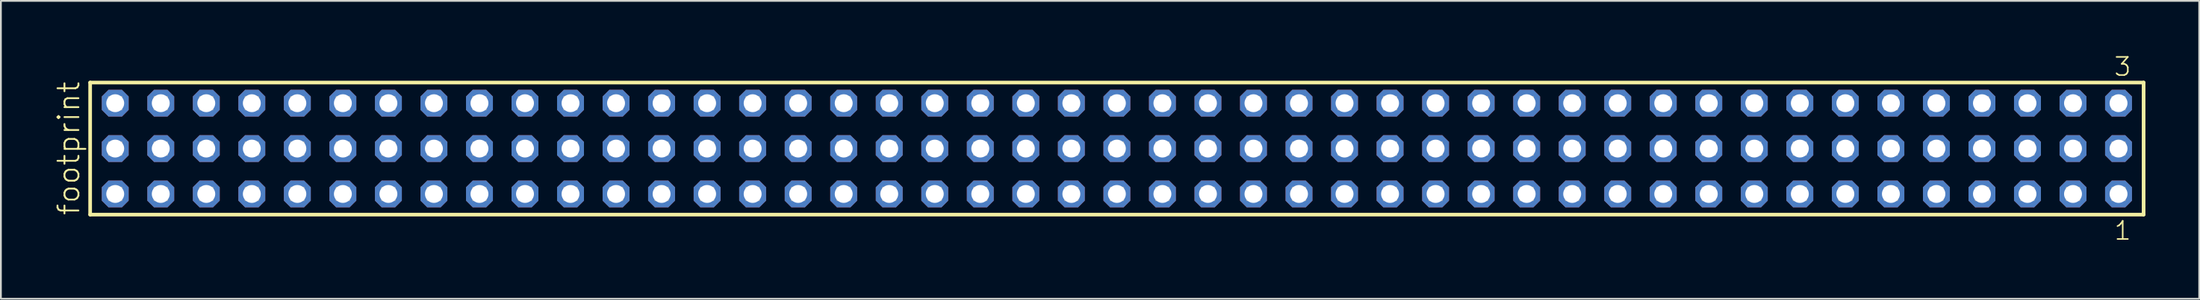
<source format=kicad_pcb>
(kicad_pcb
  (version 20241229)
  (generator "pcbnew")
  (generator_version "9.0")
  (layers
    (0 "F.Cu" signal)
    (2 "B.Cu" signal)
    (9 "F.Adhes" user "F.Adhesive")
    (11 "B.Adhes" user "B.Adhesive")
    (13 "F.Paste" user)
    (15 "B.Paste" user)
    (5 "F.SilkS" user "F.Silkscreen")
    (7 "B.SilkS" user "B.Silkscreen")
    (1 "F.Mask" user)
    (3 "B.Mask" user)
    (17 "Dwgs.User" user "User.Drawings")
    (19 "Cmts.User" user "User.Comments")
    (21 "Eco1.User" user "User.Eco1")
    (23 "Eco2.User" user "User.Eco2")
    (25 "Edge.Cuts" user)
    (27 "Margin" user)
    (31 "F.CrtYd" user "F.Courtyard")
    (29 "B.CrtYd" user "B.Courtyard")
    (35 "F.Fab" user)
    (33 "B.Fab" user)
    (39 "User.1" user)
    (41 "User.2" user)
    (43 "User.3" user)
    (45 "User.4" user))
  (footprint "footprint"
    (layer "F.Cu")
    (at 59.258 5.265)
    (property "Reference" "footprint" (at -57.785 3.81 90) (layer "F.SilkS") (effects (font (size 1.168 1.168) (thickness 0.102)) (justify left bottom)))
    (fp_line (start -57.279 -3.695) (end 57.279 -3.695) (stroke (width 0.203) (type solid)) (layer "F.SilkS"))
    (fp_line (start -57.279 3.695) (end -57.279 -3.695) (stroke (width 0.203) (type solid)) (layer "F.SilkS"))
    (fp_line (start 57.279 -3.695) (end 57.279 3.695) (stroke (width 0.203) (type solid)) (layer "F.SilkS"))
    (fp_line (start 57.279 3.695) (end -57.279 3.695) (stroke (width 0.203) (type solid)) (layer "F.SilkS"))
    (fp_poly (pts (xy -56.23 -2.19) (xy -55.53 -2.19) (xy -55.53 -2.89) (xy -56.23 -2.89)) (stroke (width 0.1) (type solid)) (fill no) (layer "F.Fab"))
    (fp_poly (pts (xy -56.23 0.35) (xy -55.53 0.35) (xy -55.53 -0.35) (xy -56.23 -0.35)) (stroke (width 0.1) (type solid)) (fill no) (layer "F.Fab"))
    (fp_poly (pts (xy -56.23 2.89) (xy -55.53 2.89) (xy -55.53 2.19) (xy -56.23 2.19)) (stroke (width 0.1) (type solid)) (fill no) (layer "F.Fab"))
    (fp_poly (pts (xy -53.69 -2.19) (xy -52.99 -2.19) (xy -52.99 -2.89) (xy -53.69 -2.89)) (stroke (width 0.1) (type solid)) (fill no) (layer "F.Fab"))
    (fp_poly (pts (xy -53.69 0.35) (xy -52.99 0.35) (xy -52.99 -0.35) (xy -53.69 -0.35)) (stroke (width 0.1) (type solid)) (fill no) (layer "F.Fab"))
    (fp_poly (pts (xy -53.69 2.89) (xy -52.99 2.89) (xy -52.99 2.19) (xy -53.69 2.19)) (stroke (width 0.1) (type solid)) (fill no) (layer "F.Fab"))
    (fp_poly (pts (xy -51.15 -2.19) (xy -50.45 -2.19) (xy -50.45 -2.89) (xy -51.15 -2.89)) (stroke (width 0.1) (type solid)) (fill no) (layer "F.Fab"))
    (fp_poly (pts (xy -51.15 0.35) (xy -50.45 0.35) (xy -50.45 -0.35) (xy -51.15 -0.35)) (stroke (width 0.1) (type solid)) (fill no) (layer "F.Fab"))
    (fp_poly (pts (xy -51.15 2.89) (xy -50.45 2.89) (xy -50.45 2.19) (xy -51.15 2.19)) (stroke (width 0.1) (type solid)) (fill no) (layer "F.Fab"))
    (fp_poly (pts (xy -48.61 -2.19) (xy -47.91 -2.19) (xy -47.91 -2.89) (xy -48.61 -2.89)) (stroke (width 0.1) (type solid)) (fill no) (layer "F.Fab"))
    (fp_poly (pts (xy -48.61 0.35) (xy -47.91 0.35) (xy -47.91 -0.35) (xy -48.61 -0.35)) (stroke (width 0.1) (type solid)) (fill no) (layer "F.Fab"))
    (fp_poly (pts (xy -48.61 2.89) (xy -47.91 2.89) (xy -47.91 2.19) (xy -48.61 2.19)) (stroke (width 0.1) (type solid)) (fill no) (layer "F.Fab"))
    (fp_poly (pts (xy -46.07 -2.19) (xy -45.37 -2.19) (xy -45.37 -2.89) (xy -46.07 -2.89)) (stroke (width 0.1) (type solid)) (fill no) (layer "F.Fab"))
    (fp_poly (pts (xy -46.07 0.35) (xy -45.37 0.35) (xy -45.37 -0.35) (xy -46.07 -0.35)) (stroke (width 0.1) (type solid)) (fill no) (layer "F.Fab"))
    (fp_poly (pts (xy -46.07 2.89) (xy -45.37 2.89) (xy -45.37 2.19) (xy -46.07 2.19)) (stroke (width 0.1) (type solid)) (fill no) (layer "F.Fab"))
    (fp_poly (pts (xy -43.53 -2.19) (xy -42.83 -2.19) (xy -42.83 -2.89) (xy -43.53 -2.89)) (stroke (width 0.1) (type solid)) (fill no) (layer "F.Fab"))
    (fp_poly (pts (xy -43.53 0.35) (xy -42.83 0.35) (xy -42.83 -0.35) (xy -43.53 -0.35)) (stroke (width 0.1) (type solid)) (fill no) (layer "F.Fab"))
    (fp_poly (pts (xy -43.53 2.89) (xy -42.83 2.89) (xy -42.83 2.19) (xy -43.53 2.19)) (stroke (width 0.1) (type solid)) (fill no) (layer "F.Fab"))
    (fp_poly (pts (xy -40.99 -2.19) (xy -40.29 -2.19) (xy -40.29 -2.89) (xy -40.99 -2.89)) (stroke (width 0.1) (type solid)) (fill no) (layer "F.Fab"))
    (fp_poly (pts (xy -40.99 0.35) (xy -40.29 0.35) (xy -40.29 -0.35) (xy -40.99 -0.35)) (stroke (width 0.1) (type solid)) (fill no) (layer "F.Fab"))
    (fp_poly (pts (xy -40.99 2.89) (xy -40.29 2.89) (xy -40.29 2.19) (xy -40.99 2.19)) (stroke (width 0.1) (type solid)) (fill no) (layer "F.Fab"))
    (fp_poly (pts (xy -38.45 -2.19) (xy -37.75 -2.19) (xy -37.75 -2.89) (xy -38.45 -2.89)) (stroke (width 0.1) (type solid)) (fill no) (layer "F.Fab"))
    (fp_poly (pts (xy -38.45 0.35) (xy -37.75 0.35) (xy -37.75 -0.35) (xy -38.45 -0.35)) (stroke (width 0.1) (type solid)) (fill no) (layer "F.Fab"))
    (fp_poly (pts (xy -38.45 2.89) (xy -37.75 2.89) (xy -37.75 2.19) (xy -38.45 2.19)) (stroke (width 0.1) (type solid)) (fill no) (layer "F.Fab"))
    (fp_poly (pts (xy -35.91 -2.19) (xy -35.21 -2.19) (xy -35.21 -2.89) (xy -35.91 -2.89)) (stroke (width 0.1) (type solid)) (fill no) (layer "F.Fab"))
    (fp_poly (pts (xy -35.91 0.35) (xy -35.21 0.35) (xy -35.21 -0.35) (xy -35.91 -0.35)) (stroke (width 0.1) (type solid)) (fill no) (layer "F.Fab"))
    (fp_poly (pts (xy -35.91 2.89) (xy -35.21 2.89) (xy -35.21 2.19) (xy -35.91 2.19)) (stroke (width 0.1) (type solid)) (fill no) (layer "F.Fab"))
    (fp_poly (pts (xy -33.37 -2.19) (xy -32.67 -2.19) (xy -32.67 -2.89) (xy -33.37 -2.89)) (stroke (width 0.1) (type solid)) (fill no) (layer "F.Fab"))
    (fp_poly (pts (xy -33.37 0.35) (xy -32.67 0.35) (xy -32.67 -0.35) (xy -33.37 -0.35)) (stroke (width 0.1) (type solid)) (fill no) (layer "F.Fab"))
    (fp_poly (pts (xy -33.37 2.89) (xy -32.67 2.89) (xy -32.67 2.19) (xy -33.37 2.19)) (stroke (width 0.1) (type solid)) (fill no) (layer "F.Fab"))
    (fp_poly (pts (xy -30.83 -2.19) (xy -30.13 -2.19) (xy -30.13 -2.89) (xy -30.83 -2.89)) (stroke (width 0.1) (type solid)) (fill no) (layer "F.Fab"))
    (fp_poly (pts (xy -30.83 0.35) (xy -30.13 0.35) (xy -30.13 -0.35) (xy -30.83 -0.35)) (stroke (width 0.1) (type solid)) (fill no) (layer "F.Fab"))
    (fp_poly (pts (xy -30.83 2.89) (xy -30.13 2.89) (xy -30.13 2.19) (xy -30.83 2.19)) (stroke (width 0.1) (type solid)) (fill no) (layer "F.Fab"))
    (fp_poly (pts (xy -28.29 -2.19) (xy -27.59 -2.19) (xy -27.59 -2.89) (xy -28.29 -2.89)) (stroke (width 0.1) (type solid)) (fill no) (layer "F.Fab"))
    (fp_poly (pts (xy -28.29 0.35) (xy -27.59 0.35) (xy -27.59 -0.35) (xy -28.29 -0.35)) (stroke (width 0.1) (type solid)) (fill no) (layer "F.Fab"))
    (fp_poly (pts (xy -28.29 2.89) (xy -27.59 2.89) (xy -27.59 2.19) (xy -28.29 2.19)) (stroke (width 0.1) (type solid)) (fill no) (layer "F.Fab"))
    (fp_poly (pts (xy -25.75 -2.19) (xy -25.05 -2.19) (xy -25.05 -2.89) (xy -25.75 -2.89)) (stroke (width 0.1) (type solid)) (fill no) (layer "F.Fab"))
    (fp_poly (pts (xy -25.75 0.35) (xy -25.05 0.35) (xy -25.05 -0.35) (xy -25.75 -0.35)) (stroke (width 0.1) (type solid)) (fill no) (layer "F.Fab"))
    (fp_poly (pts (xy -25.75 2.89) (xy -25.05 2.89) (xy -25.05 2.19) (xy -25.75 2.19)) (stroke (width 0.1) (type solid)) (fill no) (layer "F.Fab"))
    (fp_poly (pts (xy -23.21 -2.19) (xy -22.51 -2.19) (xy -22.51 -2.89) (xy -23.21 -2.89)) (stroke (width 0.1) (type solid)) (fill no) (layer "F.Fab"))
    (fp_poly (pts (xy -23.21 0.35) (xy -22.51 0.35) (xy -22.51 -0.35) (xy -23.21 -0.35)) (stroke (width 0.1) (type solid)) (fill no) (layer "F.Fab"))
    (fp_poly (pts (xy -23.21 2.89) (xy -22.51 2.89) (xy -22.51 2.19) (xy -23.21 2.19)) (stroke (width 0.1) (type solid)) (fill no) (layer "F.Fab"))
    (fp_poly (pts (xy -20.67 -2.19) (xy -19.97 -2.19) (xy -19.97 -2.89) (xy -20.67 -2.89)) (stroke (width 0.1) (type solid)) (fill no) (layer "F.Fab"))
    (fp_poly (pts (xy -20.67 0.35) (xy -19.97 0.35) (xy -19.97 -0.35) (xy -20.67 -0.35)) (stroke (width 0.1) (type solid)) (fill no) (layer "F.Fab"))
    (fp_poly (pts (xy -20.67 2.89) (xy -19.97 2.89) (xy -19.97 2.19) (xy -20.67 2.19)) (stroke (width 0.1) (type solid)) (fill no) (layer "F.Fab"))
    (fp_poly (pts (xy -18.13 -2.19) (xy -17.43 -2.19) (xy -17.43 -2.89) (xy -18.13 -2.89)) (stroke (width 0.1) (type solid)) (fill no) (layer "F.Fab"))
    (fp_poly (pts (xy -18.13 0.35) (xy -17.43 0.35) (xy -17.43 -0.35) (xy -18.13 -0.35)) (stroke (width 0.1) (type solid)) (fill no) (layer "F.Fab"))
    (fp_poly (pts (xy -18.13 2.89) (xy -17.43 2.89) (xy -17.43 2.19) (xy -18.13 2.19)) (stroke (width 0.1) (type solid)) (fill no) (layer "F.Fab"))
    (fp_poly (pts (xy -15.59 -2.19) (xy -14.89 -2.19) (xy -14.89 -2.89) (xy -15.59 -2.89)) (stroke (width 0.1) (type solid)) (fill no) (layer "F.Fab"))
    (fp_poly (pts (xy -15.59 0.35) (xy -14.89 0.35) (xy -14.89 -0.35) (xy -15.59 -0.35)) (stroke (width 0.1) (type solid)) (fill no) (layer "F.Fab"))
    (fp_poly (pts (xy -15.59 2.89) (xy -14.89 2.89) (xy -14.89 2.19) (xy -15.59 2.19)) (stroke (width 0.1) (type solid)) (fill no) (layer "F.Fab"))
    (fp_poly (pts (xy -13.05 -2.19) (xy -12.35 -2.19) (xy -12.35 -2.89) (xy -13.05 -2.89)) (stroke (width 0.1) (type solid)) (fill no) (layer "F.Fab"))
    (fp_poly (pts (xy -13.05 0.35) (xy -12.35 0.35) (xy -12.35 -0.35) (xy -13.05 -0.35)) (stroke (width 0.1) (type solid)) (fill no) (layer "F.Fab"))
    (fp_poly (pts (xy -13.05 2.89) (xy -12.35 2.89) (xy -12.35 2.19) (xy -13.05 2.19)) (stroke (width 0.1) (type solid)) (fill no) (layer "F.Fab"))
    (fp_poly (pts (xy -10.51 -2.19) (xy -9.81 -2.19) (xy -9.81 -2.89) (xy -10.51 -2.89)) (stroke (width 0.1) (type solid)) (fill no) (layer "F.Fab"))
    (fp_poly (pts (xy -10.51 0.35) (xy -9.81 0.35) (xy -9.81 -0.35) (xy -10.51 -0.35)) (stroke (width 0.1) (type solid)) (fill no) (layer "F.Fab"))
    (fp_poly (pts (xy -10.51 2.89) (xy -9.81 2.89) (xy -9.81 2.19) (xy -10.51 2.19)) (stroke (width 0.1) (type solid)) (fill no) (layer "F.Fab"))
    (fp_poly (pts (xy -7.97 -2.19) (xy -7.27 -2.19) (xy -7.27 -2.89) (xy -7.97 -2.89)) (stroke (width 0.1) (type solid)) (fill no) (layer "F.Fab"))
    (fp_poly (pts (xy -7.97 0.35) (xy -7.27 0.35) (xy -7.27 -0.35) (xy -7.97 -0.35)) (stroke (width 0.1) (type solid)) (fill no) (layer "F.Fab"))
    (fp_poly (pts (xy -7.97 2.89) (xy -7.27 2.89) (xy -7.27 2.19) (xy -7.97 2.19)) (stroke (width 0.1) (type solid)) (fill no) (layer "F.Fab"))
    (fp_poly (pts (xy -5.43 -2.19) (xy -4.73 -2.19) (xy -4.73 -2.89) (xy -5.43 -2.89)) (stroke (width 0.1) (type solid)) (fill no) (layer "F.Fab"))
    (fp_poly (pts (xy -5.43 0.35) (xy -4.73 0.35) (xy -4.73 -0.35) (xy -5.43 -0.35)) (stroke (width 0.1) (type solid)) (fill no) (layer "F.Fab"))
    (fp_poly (pts (xy -5.43 2.89) (xy -4.73 2.89) (xy -4.73 2.19) (xy -5.43 2.19)) (stroke (width 0.1) (type solid)) (fill no) (layer "F.Fab"))
    (fp_poly (pts (xy -2.89 -2.19) (xy -2.19 -2.19) (xy -2.19 -2.89) (xy -2.89 -2.89)) (stroke (width 0.1) (type solid)) (fill no) (layer "F.Fab"))
    (fp_poly (pts (xy -2.89 0.35) (xy -2.19 0.35) (xy -2.19 -0.35) (xy -2.89 -0.35)) (stroke (width 0.1) (type solid)) (fill no) (layer "F.Fab"))
    (fp_poly (pts (xy -2.89 2.89) (xy -2.19 2.89) (xy -2.19 2.19) (xy -2.89 2.19)) (stroke (width 0.1) (type solid)) (fill no) (layer "F.Fab"))
    (fp_poly (pts (xy -0.35 -2.19) (xy 0.35 -2.19) (xy 0.35 -2.89) (xy -0.35 -2.89)) (stroke (width 0.1) (type solid)) (fill no) (layer "F.Fab"))
    (fp_poly (pts (xy -0.35 0.35) (xy 0.35 0.35) (xy 0.35 -0.35) (xy -0.35 -0.35)) (stroke (width 0.1) (type solid)) (fill no) (layer "F.Fab"))
    (fp_poly (pts (xy -0.35 2.89) (xy 0.35 2.89) (xy 0.35 2.19) (xy -0.35 2.19)) (stroke (width 0.1) (type solid)) (fill no) (layer "F.Fab"))
    (fp_poly (pts (xy 2.19 -2.19) (xy 2.89 -2.19) (xy 2.89 -2.89) (xy 2.19 -2.89)) (stroke (width 0.1) (type solid)) (fill no) (layer "F.Fab"))
    (fp_poly (pts (xy 2.19 0.35) (xy 2.89 0.35) (xy 2.89 -0.35) (xy 2.19 -0.35)) (stroke (width 0.1) (type solid)) (fill no) (layer "F.Fab"))
    (fp_poly (pts (xy 2.19 2.89) (xy 2.89 2.89) (xy 2.89 2.19) (xy 2.19 2.19)) (stroke (width 0.1) (type solid)) (fill no) (layer "F.Fab"))
    (fp_poly (pts (xy 4.73 -2.19) (xy 5.43 -2.19) (xy 5.43 -2.89) (xy 4.73 -2.89)) (stroke (width 0.1) (type solid)) (fill no) (layer "F.Fab"))
    (fp_poly (pts (xy 4.73 0.35) (xy 5.43 0.35) (xy 5.43 -0.35) (xy 4.73 -0.35)) (stroke (width 0.1) (type solid)) (fill no) (layer "F.Fab"))
    (fp_poly (pts (xy 4.73 2.89) (xy 5.43 2.89) (xy 5.43 2.19) (xy 4.73 2.19)) (stroke (width 0.1) (type solid)) (fill no) (layer "F.Fab"))
    (fp_poly (pts (xy 7.27 -2.19) (xy 7.97 -2.19) (xy 7.97 -2.89) (xy 7.27 -2.89)) (stroke (width 0.1) (type solid)) (fill no) (layer "F.Fab"))
    (fp_poly (pts (xy 7.27 0.35) (xy 7.97 0.35) (xy 7.97 -0.35) (xy 7.27 -0.35)) (stroke (width 0.1) (type solid)) (fill no) (layer "F.Fab"))
    (fp_poly (pts (xy 7.27 2.89) (xy 7.97 2.89) (xy 7.97 2.19) (xy 7.27 2.19)) (stroke (width 0.1) (type solid)) (fill no) (layer "F.Fab"))
    (fp_poly (pts (xy 9.81 -2.19) (xy 10.51 -2.19) (xy 10.51 -2.89) (xy 9.81 -2.89)) (stroke (width 0.1) (type solid)) (fill no) (layer "F.Fab"))
    (fp_poly (pts (xy 9.81 0.35) (xy 10.51 0.35) (xy 10.51 -0.35) (xy 9.81 -0.35)) (stroke (width 0.1) (type solid)) (fill no) (layer "F.Fab"))
    (fp_poly (pts (xy 9.81 2.89) (xy 10.51 2.89) (xy 10.51 2.19) (xy 9.81 2.19)) (stroke (width 0.1) (type solid)) (fill no) (layer "F.Fab"))
    (fp_poly (pts (xy 12.35 -2.19) (xy 13.05 -2.19) (xy 13.05 -2.89) (xy 12.35 -2.89)) (stroke (width 0.1) (type solid)) (fill no) (layer "F.Fab"))
    (fp_poly (pts (xy 12.35 0.35) (xy 13.05 0.35) (xy 13.05 -0.35) (xy 12.35 -0.35)) (stroke (width 0.1) (type solid)) (fill no) (layer "F.Fab"))
    (fp_poly (pts (xy 12.35 2.89) (xy 13.05 2.89) (xy 13.05 2.19) (xy 12.35 2.19)) (stroke (width 0.1) (type solid)) (fill no) (layer "F.Fab"))
    (fp_poly (pts (xy 14.89 -2.19) (xy 15.59 -2.19) (xy 15.59 -2.89) (xy 14.89 -2.89)) (stroke (width 0.1) (type solid)) (fill no) (layer "F.Fab"))
    (fp_poly (pts (xy 14.89 0.35) (xy 15.59 0.35) (xy 15.59 -0.35) (xy 14.89 -0.35)) (stroke (width 0.1) (type solid)) (fill no) (layer "F.Fab"))
    (fp_poly (pts (xy 14.89 2.89) (xy 15.59 2.89) (xy 15.59 2.19) (xy 14.89 2.19)) (stroke (width 0.1) (type solid)) (fill no) (layer "F.Fab"))
    (fp_poly (pts (xy 17.43 -2.19) (xy 18.13 -2.19) (xy 18.13 -2.89) (xy 17.43 -2.89)) (stroke (width 0.1) (type solid)) (fill no) (layer "F.Fab"))
    (fp_poly (pts (xy 17.43 0.35) (xy 18.13 0.35) (xy 18.13 -0.35) (xy 17.43 -0.35)) (stroke (width 0.1) (type solid)) (fill no) (layer "F.Fab"))
    (fp_poly (pts (xy 17.43 2.89) (xy 18.13 2.89) (xy 18.13 2.19) (xy 17.43 2.19)) (stroke (width 0.1) (type solid)) (fill no) (layer "F.Fab"))
    (fp_poly (pts (xy 19.97 -2.19) (xy 20.67 -2.19) (xy 20.67 -2.89) (xy 19.97 -2.89)) (stroke (width 0.1) (type solid)) (fill no) (layer "F.Fab"))
    (fp_poly (pts (xy 19.97 0.35) (xy 20.67 0.35) (xy 20.67 -0.35) (xy 19.97 -0.35)) (stroke (width 0.1) (type solid)) (fill no) (layer "F.Fab"))
    (fp_poly (pts (xy 19.97 2.89) (xy 20.67 2.89) (xy 20.67 2.19) (xy 19.97 2.19)) (stroke (width 0.1) (type solid)) (fill no) (layer "F.Fab"))
    (fp_poly (pts (xy 22.51 -2.19) (xy 23.21 -2.19) (xy 23.21 -2.89) (xy 22.51 -2.89)) (stroke (width 0.1) (type solid)) (fill no) (layer "F.Fab"))
    (fp_poly (pts (xy 22.51 0.35) (xy 23.21 0.35) (xy 23.21 -0.35) (xy 22.51 -0.35)) (stroke (width 0.1) (type solid)) (fill no) (layer "F.Fab"))
    (fp_poly (pts (xy 22.51 2.89) (xy 23.21 2.89) (xy 23.21 2.19) (xy 22.51 2.19)) (stroke (width 0.1) (type solid)) (fill no) (layer "F.Fab"))
    (fp_poly (pts (xy 25.05 -2.19) (xy 25.75 -2.19) (xy 25.75 -2.89) (xy 25.05 -2.89)) (stroke (width 0.1) (type solid)) (fill no) (layer "F.Fab"))
    (fp_poly (pts (xy 25.05 0.35) (xy 25.75 0.35) (xy 25.75 -0.35) (xy 25.05 -0.35)) (stroke (width 0.1) (type solid)) (fill no) (layer "F.Fab"))
    (fp_poly (pts (xy 25.05 2.89) (xy 25.75 2.89) (xy 25.75 2.19) (xy 25.05 2.19)) (stroke (width 0.1) (type solid)) (fill no) (layer "F.Fab"))
    (fp_poly (pts (xy 27.59 -2.19) (xy 28.29 -2.19) (xy 28.29 -2.89) (xy 27.59 -2.89)) (stroke (width 0.1) (type solid)) (fill no) (layer "F.Fab"))
    (fp_poly (pts (xy 27.59 0.35) (xy 28.29 0.35) (xy 28.29 -0.35) (xy 27.59 -0.35)) (stroke (width 0.1) (type solid)) (fill no) (layer "F.Fab"))
    (fp_poly (pts (xy 27.59 2.89) (xy 28.29 2.89) (xy 28.29 2.19) (xy 27.59 2.19)) (stroke (width 0.1) (type solid)) (fill no) (layer "F.Fab"))
    (fp_poly (pts (xy 30.13 -2.19) (xy 30.83 -2.19) (xy 30.83 -2.89) (xy 30.13 -2.89)) (stroke (width 0.1) (type solid)) (fill no) (layer "F.Fab"))
    (fp_poly (pts (xy 30.13 0.35) (xy 30.83 0.35) (xy 30.83 -0.35) (xy 30.13 -0.35)) (stroke (width 0.1) (type solid)) (fill no) (layer "F.Fab"))
    (fp_poly (pts (xy 30.13 2.89) (xy 30.83 2.89) (xy 30.83 2.19) (xy 30.13 2.19)) (stroke (width 0.1) (type solid)) (fill no) (layer "F.Fab"))
    (fp_poly (pts (xy 32.67 -2.19) (xy 33.37 -2.19) (xy 33.37 -2.89) (xy 32.67 -2.89)) (stroke (width 0.1) (type solid)) (fill no) (layer "F.Fab"))
    (fp_poly (pts (xy 32.67 0.35) (xy 33.37 0.35) (xy 33.37 -0.35) (xy 32.67 -0.35)) (stroke (width 0.1) (type solid)) (fill no) (layer "F.Fab"))
    (fp_poly (pts (xy 32.67 2.89) (xy 33.37 2.89) (xy 33.37 2.19) (xy 32.67 2.19)) (stroke (width 0.1) (type solid)) (fill no) (layer "F.Fab"))
    (fp_poly (pts (xy 35.21 -2.19) (xy 35.91 -2.19) (xy 35.91 -2.89) (xy 35.21 -2.89)) (stroke (width 0.1) (type solid)) (fill no) (layer "F.Fab"))
    (fp_poly (pts (xy 35.21 0.35) (xy 35.91 0.35) (xy 35.91 -0.35) (xy 35.21 -0.35)) (stroke (width 0.1) (type solid)) (fill no) (layer "F.Fab"))
    (fp_poly (pts (xy 35.21 2.89) (xy 35.91 2.89) (xy 35.91 2.19) (xy 35.21 2.19)) (stroke (width 0.1) (type solid)) (fill no) (layer "F.Fab"))
    (fp_poly (pts (xy 37.75 -2.19) (xy 38.45 -2.19) (xy 38.45 -2.89) (xy 37.75 -2.89)) (stroke (width 0.1) (type solid)) (fill no) (layer "F.Fab"))
    (fp_poly (pts (xy 37.75 0.35) (xy 38.45 0.35) (xy 38.45 -0.35) (xy 37.75 -0.35)) (stroke (width 0.1) (type solid)) (fill no) (layer "F.Fab"))
    (fp_poly (pts (xy 37.75 2.89) (xy 38.45 2.89) (xy 38.45 2.19) (xy 37.75 2.19)) (stroke (width 0.1) (type solid)) (fill no) (layer "F.Fab"))
    (fp_poly (pts (xy 40.29 -2.19) (xy 40.99 -2.19) (xy 40.99 -2.89) (xy 40.29 -2.89)) (stroke (width 0.1) (type solid)) (fill no) (layer "F.Fab"))
    (fp_poly (pts (xy 40.29 0.35) (xy 40.99 0.35) (xy 40.99 -0.35) (xy 40.29 -0.35)) (stroke (width 0.1) (type solid)) (fill no) (layer "F.Fab"))
    (fp_poly (pts (xy 40.29 2.89) (xy 40.99 2.89) (xy 40.99 2.19) (xy 40.29 2.19)) (stroke (width 0.1) (type solid)) (fill no) (layer "F.Fab"))
    (fp_poly (pts (xy 42.83 -2.19) (xy 43.53 -2.19) (xy 43.53 -2.89) (xy 42.83 -2.89)) (stroke (width 0.1) (type solid)) (fill no) (layer "F.Fab"))
    (fp_poly (pts (xy 42.83 0.35) (xy 43.53 0.35) (xy 43.53 -0.35) (xy 42.83 -0.35)) (stroke (width 0.1) (type solid)) (fill no) (layer "F.Fab"))
    (fp_poly (pts (xy 42.83 2.89) (xy 43.53 2.89) (xy 43.53 2.19) (xy 42.83 2.19)) (stroke (width 0.1) (type solid)) (fill no) (layer "F.Fab"))
    (fp_poly (pts (xy 45.37 -2.19) (xy 46.07 -2.19) (xy 46.07 -2.89) (xy 45.37 -2.89)) (stroke (width 0.1) (type solid)) (fill no) (layer "F.Fab"))
    (fp_poly (pts (xy 45.37 0.35) (xy 46.07 0.35) (xy 46.07 -0.35) (xy 45.37 -0.35)) (stroke (width 0.1) (type solid)) (fill no) (layer "F.Fab"))
    (fp_poly (pts (xy 45.37 2.89) (xy 46.07 2.89) (xy 46.07 2.19) (xy 45.37 2.19)) (stroke (width 0.1) (type solid)) (fill no) (layer "F.Fab"))
    (fp_poly (pts (xy 47.91 -2.19) (xy 48.61 -2.19) (xy 48.61 -2.89) (xy 47.91 -2.89)) (stroke (width 0.1) (type solid)) (fill no) (layer "F.Fab"))
    (fp_poly (pts (xy 47.91 0.35) (xy 48.61 0.35) (xy 48.61 -0.35) (xy 47.91 -0.35)) (stroke (width 0.1) (type solid)) (fill no) (layer "F.Fab"))
    (fp_poly (pts (xy 47.91 2.89) (xy 48.61 2.89) (xy 48.61 2.19) (xy 47.91 2.19)) (stroke (width 0.1) (type solid)) (fill no) (layer "F.Fab"))
    (fp_poly (pts (xy 50.45 -2.19) (xy 51.15 -2.19) (xy 51.15 -2.89) (xy 50.45 -2.89)) (stroke (width 0.1) (type solid)) (fill no) (layer "F.Fab"))
    (fp_poly (pts (xy 50.45 0.35) (xy 51.15 0.35) (xy 51.15 -0.35) (xy 50.45 -0.35)) (stroke (width 0.1) (type solid)) (fill no) (layer "F.Fab"))
    (fp_poly (pts (xy 50.45 2.89) (xy 51.15 2.89) (xy 51.15 2.19) (xy 50.45 2.19)) (stroke (width 0.1) (type solid)) (fill no) (layer "F.Fab"))
    (fp_poly (pts (xy 52.99 -2.19) (xy 53.69 -2.19) (xy 53.69 -2.89) (xy 52.99 -2.89)) (stroke (width 0.1) (type solid)) (fill no) (layer "F.Fab"))
    (fp_poly (pts (xy 52.99 0.35) (xy 53.69 0.35) (xy 53.69 -0.35) (xy 52.99 -0.35)) (stroke (width 0.1) (type solid)) (fill no) (layer "F.Fab"))
    (fp_poly (pts (xy 52.99 2.89) (xy 53.69 2.89) (xy 53.69 2.19) (xy 52.99 2.19)) (stroke (width 0.1) (type solid)) (fill no) (layer "F.Fab"))
    (fp_poly (pts (xy 55.53 -2.19) (xy 56.23 -2.19) (xy 56.23 -2.89) (xy 55.53 -2.89)) (stroke (width 0.1) (type solid)) (fill no) (layer "F.Fab"))
    (fp_poly (pts (xy 55.53 0.35) (xy 56.23 0.35) (xy 56.23 -0.35) (xy 55.53 -0.35)) (stroke (width 0.1) (type solid)) (fill no) (layer "F.Fab"))
    (fp_poly (pts (xy 55.53 2.89) (xy 56.23 2.89) (xy 56.23 2.19) (xy 55.53 2.19)) (stroke (width 0.1) (type solid)) (fill no) (layer "F.Fab"))
    (fp_text user "1" (at 55.572 5.188 0) (layer "F.SilkS") (effects (font (size 1.012 1.012) (thickness 0.088)) (justify left bottom)))
    (fp_text user "3" (at 55.568 -3.989 0) (layer "F.SilkS") (effects (font (size 1.012 1.012) (thickness 0.088)) (justify left bottom)))
    (pad "1" thru_hole roundrect (at 55.88 2.54 180) (size 1.5 1.5) (drill 1) (layers "*.Cu" "*.Mask") (roundrect_rratio 0.25) (chamfer_ratio 0.25) (chamfer top_left top_right bottom_left bottom_right))
    (pad "2" thru_hole roundrect (at 55.88 0 180) (size 1.5 1.5) (drill 1) (layers "*.Cu" "*.Mask") (roundrect_rratio 0.25) (chamfer_ratio 0.25) (chamfer top_left top_right bottom_left bottom_right))
    (pad "3" thru_hole roundrect (at 55.88 -2.54 180) (size 1.5 1.5) (drill 1) (layers "*.Cu" "*.Mask") (roundrect_rratio 0.25) (chamfer_ratio 0.25) (chamfer top_left top_right bottom_left bottom_right))
    (pad "4" thru_hole roundrect (at 53.34 2.54 180) (size 1.5 1.5) (drill 1) (layers "*.Cu" "*.Mask") (roundrect_rratio 0.25) (chamfer_ratio 0.25) (chamfer top_left top_right bottom_left bottom_right))
    (pad "5" thru_hole roundrect (at 53.34 0 180) (size 1.5 1.5) (drill 1) (layers "*.Cu" "*.Mask") (roundrect_rratio 0.25) (chamfer_ratio 0.25) (chamfer top_left top_right bottom_left bottom_right))
    (pad "6" thru_hole roundrect (at 53.34 -2.54 180) (size 1.5 1.5) (drill 1) (layers "*.Cu" "*.Mask") (roundrect_rratio 0.25) (chamfer_ratio 0.25) (chamfer top_left top_right bottom_left bottom_right))
    (pad "7" thru_hole roundrect (at 50.8 2.54 180) (size 1.5 1.5) (drill 1) (layers "*.Cu" "*.Mask") (roundrect_rratio 0.25) (chamfer_ratio 0.25) (chamfer top_left top_right bottom_left bottom_right))
    (pad "8" thru_hole roundrect (at 50.8 0 180) (size 1.5 1.5) (drill 1) (layers "*.Cu" "*.Mask") (roundrect_rratio 0.25) (chamfer_ratio 0.25) (chamfer top_left top_right bottom_left bottom_right))
    (pad "9" thru_hole roundrect (at 50.8 -2.54 180) (size 1.5 1.5) (drill 1) (layers "*.Cu" "*.Mask") (roundrect_rratio 0.25) (chamfer_ratio 0.25) (chamfer top_left top_right bottom_left bottom_right))
    (pad "10" thru_hole roundrect (at 48.26 2.54 180) (size 1.5 1.5) (drill 1) (layers "*.Cu" "*.Mask") (roundrect_rratio 0.25) (chamfer_ratio 0.25) (chamfer top_left top_right bottom_left bottom_right))
    (pad "11" thru_hole roundrect (at 48.26 0 180) (size 1.5 1.5) (drill 1) (layers "*.Cu" "*.Mask") (roundrect_rratio 0.25) (chamfer_ratio 0.25) (chamfer top_left top_right bottom_left bottom_right))
    (pad "12" thru_hole roundrect (at 48.26 -2.54 180) (size 1.5 1.5) (drill 1) (layers "*.Cu" "*.Mask") (roundrect_rratio 0.25) (chamfer_ratio 0.25) (chamfer top_left top_right bottom_left bottom_right))
    (pad "13" thru_hole roundrect (at 45.72 2.54 180) (size 1.5 1.5) (drill 1) (layers "*.Cu" "*.Mask") (roundrect_rratio 0.25) (chamfer_ratio 0.25) (chamfer top_left top_right bottom_left bottom_right))
    (pad "14" thru_hole roundrect (at 45.72 0 180) (size 1.5 1.5) (drill 1) (layers "*.Cu" "*.Mask") (roundrect_rratio 0.25) (chamfer_ratio 0.25) (chamfer top_left top_right bottom_left bottom_right))
    (pad "15" thru_hole roundrect (at 45.72 -2.54 180) (size 1.5 1.5) (drill 1) (layers "*.Cu" "*.Mask") (roundrect_rratio 0.25) (chamfer_ratio 0.25) (chamfer top_left top_right bottom_left bottom_right))
    (pad "16" thru_hole roundrect (at 43.18 2.54 180) (size 1.5 1.5) (drill 1) (layers "*.Cu" "*.Mask") (roundrect_rratio 0.25) (chamfer_ratio 0.25) (chamfer top_left top_right bottom_left bottom_right))
    (pad "17" thru_hole roundrect (at 43.18 0 180) (size 1.5 1.5) (drill 1) (layers "*.Cu" "*.Mask") (roundrect_rratio 0.25) (chamfer_ratio 0.25) (chamfer top_left top_right bottom_left bottom_right))
    (pad "18" thru_hole roundrect (at 43.18 -2.54 180) (size 1.5 1.5) (drill 1) (layers "*.Cu" "*.Mask") (roundrect_rratio 0.25) (chamfer_ratio 0.25) (chamfer top_left top_right bottom_left bottom_right))
    (pad "19" thru_hole roundrect (at 40.64 2.54 180) (size 1.5 1.5) (drill 1) (layers "*.Cu" "*.Mask") (roundrect_rratio 0.25) (chamfer_ratio 0.25) (chamfer top_left top_right bottom_left bottom_right))
    (pad "20" thru_hole roundrect (at 40.64 0 180) (size 1.5 1.5) (drill 1) (layers "*.Cu" "*.Mask") (roundrect_rratio 0.25) (chamfer_ratio 0.25) (chamfer top_left top_right bottom_left bottom_right))
    (pad "21" thru_hole roundrect (at 40.64 -2.54 180) (size 1.5 1.5) (drill 1) (layers "*.Cu" "*.Mask") (roundrect_rratio 0.25) (chamfer_ratio 0.25) (chamfer top_left top_right bottom_left bottom_right))
    (pad "22" thru_hole roundrect (at 38.1 2.54 180) (size 1.5 1.5) (drill 1) (layers "*.Cu" "*.Mask") (roundrect_rratio 0.25) (chamfer_ratio 0.25) (chamfer top_left top_right bottom_left bottom_right))
    (pad "23" thru_hole roundrect (at 38.1 0 180) (size 1.5 1.5) (drill 1) (layers "*.Cu" "*.Mask") (roundrect_rratio 0.25) (chamfer_ratio 0.25) (chamfer top_left top_right bottom_left bottom_right))
    (pad "24" thru_hole roundrect (at 38.1 -2.54 180) (size 1.5 1.5) (drill 1) (layers "*.Cu" "*.Mask") (roundrect_rratio 0.25) (chamfer_ratio 0.25) (chamfer top_left top_right bottom_left bottom_right))
    (pad "25" thru_hole roundrect (at 35.56 2.54 180) (size 1.5 1.5) (drill 1) (layers "*.Cu" "*.Mask") (roundrect_rratio 0.25) (chamfer_ratio 0.25) (chamfer top_left top_right bottom_left bottom_right))
    (pad "26" thru_hole roundrect (at 35.56 0 180) (size 1.5 1.5) (drill 1) (layers "*.Cu" "*.Mask") (roundrect_rratio 0.25) (chamfer_ratio 0.25) (chamfer top_left top_right bottom_left bottom_right))
    (pad "27" thru_hole roundrect (at 35.56 -2.54 180) (size 1.5 1.5) (drill 1) (layers "*.Cu" "*.Mask") (roundrect_rratio 0.25) (chamfer_ratio 0.25) (chamfer top_left top_right bottom_left bottom_right))
    (pad "28" thru_hole roundrect (at 33.02 2.54 180) (size 1.5 1.5) (drill 1) (layers "*.Cu" "*.Mask") (roundrect_rratio 0.25) (chamfer_ratio 0.25) (chamfer top_left top_right bottom_left bottom_right))
    (pad "29" thru_hole roundrect (at 33.02 0 180) (size 1.5 1.5) (drill 1) (layers "*.Cu" "*.Mask") (roundrect_rratio 0.25) (chamfer_ratio 0.25) (chamfer top_left top_right bottom_left bottom_right))
    (pad "30" thru_hole roundrect (at 33.02 -2.54 180) (size 1.5 1.5) (drill 1) (layers "*.Cu" "*.Mask") (roundrect_rratio 0.25) (chamfer_ratio 0.25) (chamfer top_left top_right bottom_left bottom_right))
    (pad "31" thru_hole roundrect (at 30.48 2.54 180) (size 1.5 1.5) (drill 1) (layers "*.Cu" "*.Mask") (roundrect_rratio 0.25) (chamfer_ratio 0.25) (chamfer top_left top_right bottom_left bottom_right))
    (pad "32" thru_hole roundrect (at 30.48 0 180) (size 1.5 1.5) (drill 1) (layers "*.Cu" "*.Mask") (roundrect_rratio 0.25) (chamfer_ratio 0.25) (chamfer top_left top_right bottom_left bottom_right))
    (pad "33" thru_hole roundrect (at 30.48 -2.54 180) (size 1.5 1.5) (drill 1) (layers "*.Cu" "*.Mask") (roundrect_rratio 0.25) (chamfer_ratio 0.25) (chamfer top_left top_right bottom_left bottom_right))
    (pad "34" thru_hole roundrect (at 27.94 2.54 180) (size 1.5 1.5) (drill 1) (layers "*.Cu" "*.Mask") (roundrect_rratio 0.25) (chamfer_ratio 0.25) (chamfer top_left top_right bottom_left bottom_right))
    (pad "35" thru_hole roundrect (at 27.94 0 180) (size 1.5 1.5) (drill 1) (layers "*.Cu" "*.Mask") (roundrect_rratio 0.25) (chamfer_ratio 0.25) (chamfer top_left top_right bottom_left bottom_right))
    (pad "36" thru_hole roundrect (at 27.94 -2.54 180) (size 1.5 1.5) (drill 1) (layers "*.Cu" "*.Mask") (roundrect_rratio 0.25) (chamfer_ratio 0.25) (chamfer top_left top_right bottom_left bottom_right))
    (pad "37" thru_hole roundrect (at 25.4 2.54 180) (size 1.5 1.5) (drill 1) (layers "*.Cu" "*.Mask") (roundrect_rratio 0.25) (chamfer_ratio 0.25) (chamfer top_left top_right bottom_left bottom_right))
    (pad "38" thru_hole roundrect (at 25.4 0 180) (size 1.5 1.5) (drill 1) (layers "*.Cu" "*.Mask") (roundrect_rratio 0.25) (chamfer_ratio 0.25) (chamfer top_left top_right bottom_left bottom_right))
    (pad "39" thru_hole roundrect (at 25.4 -2.54 180) (size 1.5 1.5) (drill 1) (layers "*.Cu" "*.Mask") (roundrect_rratio 0.25) (chamfer_ratio 0.25) (chamfer top_left top_right bottom_left bottom_right))
    (pad "40" thru_hole roundrect (at 22.86 2.54 180) (size 1.5 1.5) (drill 1) (layers "*.Cu" "*.Mask") (roundrect_rratio 0.25) (chamfer_ratio 0.25) (chamfer top_left top_right bottom_left bottom_right))
    (pad "41" thru_hole roundrect (at 22.86 0 180) (size 1.5 1.5) (drill 1) (layers "*.Cu" "*.Mask") (roundrect_rratio 0.25) (chamfer_ratio 0.25) (chamfer top_left top_right bottom_left bottom_right))
    (pad "42" thru_hole roundrect (at 22.86 -2.54 180) (size 1.5 1.5) (drill 1) (layers "*.Cu" "*.Mask") (roundrect_rratio 0.25) (chamfer_ratio 0.25) (chamfer top_left top_right bottom_left bottom_right))
    (pad "43" thru_hole roundrect (at 20.32 2.54 180) (size 1.5 1.5) (drill 1) (layers "*.Cu" "*.Mask") (roundrect_rratio 0.25) (chamfer_ratio 0.25) (chamfer top_left top_right bottom_left bottom_right))
    (pad "44" thru_hole roundrect (at 20.32 0 180) (size 1.5 1.5) (drill 1) (layers "*.Cu" "*.Mask") (roundrect_rratio 0.25) (chamfer_ratio 0.25) (chamfer top_left top_right bottom_left bottom_right))
    (pad "45" thru_hole roundrect (at 20.32 -2.54 180) (size 1.5 1.5) (drill 1) (layers "*.Cu" "*.Mask") (roundrect_rratio 0.25) (chamfer_ratio 0.25) (chamfer top_left top_right bottom_left bottom_right))
    (pad "46" thru_hole roundrect (at 17.78 2.54 180) (size 1.5 1.5) (drill 1) (layers "*.Cu" "*.Mask") (roundrect_rratio 0.25) (chamfer_ratio 0.25) (chamfer top_left top_right bottom_left bottom_right))
    (pad "47" thru_hole roundrect (at 17.78 0 180) (size 1.5 1.5) (drill 1) (layers "*.Cu" "*.Mask") (roundrect_rratio 0.25) (chamfer_ratio 0.25) (chamfer top_left top_right bottom_left bottom_right))
    (pad "48" thru_hole roundrect (at 17.78 -2.54 180) (size 1.5 1.5) (drill 1) (layers "*.Cu" "*.Mask") (roundrect_rratio 0.25) (chamfer_ratio 0.25) (chamfer top_left top_right bottom_left bottom_right))
    (pad "49" thru_hole roundrect (at 15.24 2.54 180) (size 1.5 1.5) (drill 1) (layers "*.Cu" "*.Mask") (roundrect_rratio 0.25) (chamfer_ratio 0.25) (chamfer top_left top_right bottom_left bottom_right))
    (pad "50" thru_hole roundrect (at 15.24 0 180) (size 1.5 1.5) (drill 1) (layers "*.Cu" "*.Mask") (roundrect_rratio 0.25) (chamfer_ratio 0.25) (chamfer top_left top_right bottom_left bottom_right))
    (pad "51" thru_hole roundrect (at 15.24 -2.54 180) (size 1.5 1.5) (drill 1) (layers "*.Cu" "*.Mask") (roundrect_rratio 0.25) (chamfer_ratio 0.25) (chamfer top_left top_right bottom_left bottom_right))
    (pad "52" thru_hole roundrect (at 12.7 2.54 180) (size 1.5 1.5) (drill 1) (layers "*.Cu" "*.Mask") (roundrect_rratio 0.25) (chamfer_ratio 0.25) (chamfer top_left top_right bottom_left bottom_right))
    (pad "53" thru_hole roundrect (at 12.7 0 180) (size 1.5 1.5) (drill 1) (layers "*.Cu" "*.Mask") (roundrect_rratio 0.25) (chamfer_ratio 0.25) (chamfer top_left top_right bottom_left bottom_right))
    (pad "54" thru_hole roundrect (at 12.7 -2.54 180) (size 1.5 1.5) (drill 1) (layers "*.Cu" "*.Mask") (roundrect_rratio 0.25) (chamfer_ratio 0.25) (chamfer top_left top_right bottom_left bottom_right))
    (pad "55" thru_hole roundrect (at 10.16 2.54 180) (size 1.5 1.5) (drill 1) (layers "*.Cu" "*.Mask") (roundrect_rratio 0.25) (chamfer_ratio 0.25) (chamfer top_left top_right bottom_left bottom_right))
    (pad "56" thru_hole roundrect (at 10.16 0 180) (size 1.5 1.5) (drill 1) (layers "*.Cu" "*.Mask") (roundrect_rratio 0.25) (chamfer_ratio 0.25) (chamfer top_left top_right bottom_left bottom_right))
    (pad "57" thru_hole roundrect (at 10.16 -2.54 180) (size 1.5 1.5) (drill 1) (layers "*.Cu" "*.Mask") (roundrect_rratio 0.25) (chamfer_ratio 0.25) (chamfer top_left top_right bottom_left bottom_right))
    (pad "58" thru_hole roundrect (at 7.62 2.54 180) (size 1.5 1.5) (drill 1) (layers "*.Cu" "*.Mask") (roundrect_rratio 0.25) (chamfer_ratio 0.25) (chamfer top_left top_right bottom_left bottom_right))
    (pad "59" thru_hole roundrect (at 7.62 0 180) (size 1.5 1.5) (drill 1) (layers "*.Cu" "*.Mask") (roundrect_rratio 0.25) (chamfer_ratio 0.25) (chamfer top_left top_right bottom_left bottom_right))
    (pad "60" thru_hole roundrect (at 7.62 -2.54 180) (size 1.5 1.5) (drill 1) (layers "*.Cu" "*.Mask") (roundrect_rratio 0.25) (chamfer_ratio 0.25) (chamfer top_left top_right bottom_left bottom_right))
    (pad "61" thru_hole roundrect (at 5.08 2.54 180) (size 1.5 1.5) (drill 1) (layers "*.Cu" "*.Mask") (roundrect_rratio 0.25) (chamfer_ratio 0.25) (chamfer top_left top_right bottom_left bottom_right))
    (pad "62" thru_hole roundrect (at 5.08 0 180) (size 1.5 1.5) (drill 1) (layers "*.Cu" "*.Mask") (roundrect_rratio 0.25) (chamfer_ratio 0.25) (chamfer top_left top_right bottom_left bottom_right))
    (pad "63" thru_hole roundrect (at 5.08 -2.54 180) (size 1.5 1.5) (drill 1) (layers "*.Cu" "*.Mask") (roundrect_rratio 0.25) (chamfer_ratio 0.25) (chamfer top_left top_right bottom_left bottom_right))
    (pad "64" thru_hole roundrect (at 2.54 2.54 180) (size 1.5 1.5) (drill 1) (layers "*.Cu" "*.Mask") (roundrect_rratio 0.25) (chamfer_ratio 0.25) (chamfer top_left top_right bottom_left bottom_right))
    (pad "65" thru_hole roundrect (at 2.54 0 180) (size 1.5 1.5) (drill 1) (layers "*.Cu" "*.Mask") (roundrect_rratio 0.25) (chamfer_ratio 0.25) (chamfer top_left top_right bottom_left bottom_right))
    (pad "66" thru_hole roundrect (at 2.54 -2.54 180) (size 1.5 1.5) (drill 1) (layers "*.Cu" "*.Mask") (roundrect_rratio 0.25) (chamfer_ratio 0.25) (chamfer top_left top_right bottom_left bottom_right))
    (pad "67" thru_hole roundrect (at 0 2.54 180) (size 1.5 1.5) (drill 1) (layers "*.Cu" "*.Mask") (roundrect_rratio 0.25) (chamfer_ratio 0.25) (chamfer top_left top_right bottom_left bottom_right))
    (pad "68" thru_hole roundrect (at 0 0 180) (size 1.5 1.5) (drill 1) (layers "*.Cu" "*.Mask") (roundrect_rratio 0.25) (chamfer_ratio 0.25) (chamfer top_left top_right bottom_left bottom_right))
    (pad "69" thru_hole roundrect (at 0 -2.54 180) (size 1.5 1.5) (drill 1) (layers "*.Cu" "*.Mask") (roundrect_rratio 0.25) (chamfer_ratio 0.25) (chamfer top_left top_right bottom_left bottom_right))
    (pad "70" thru_hole roundrect (at -2.54 2.54 180) (size 1.5 1.5) (drill 1) (layers "*.Cu" "*.Mask") (roundrect_rratio 0.25) (chamfer_ratio 0.25) (chamfer top_left top_right bottom_left bottom_right))
    (pad "71" thru_hole roundrect (at -2.54 0 180) (size 1.5 1.5) (drill 1) (layers "*.Cu" "*.Mask") (roundrect_rratio 0.25) (chamfer_ratio 0.25) (chamfer top_left top_right bottom_left bottom_right))
    (pad "72" thru_hole roundrect (at -2.54 -2.54 180) (size 1.5 1.5) (drill 1) (layers "*.Cu" "*.Mask") (roundrect_rratio 0.25) (chamfer_ratio 0.25) (chamfer top_left top_right bottom_left bottom_right))
    (pad "73" thru_hole roundrect (at -5.08 2.54 180) (size 1.5 1.5) (drill 1) (layers "*.Cu" "*.Mask") (roundrect_rratio 0.25) (chamfer_ratio 0.25) (chamfer top_left top_right bottom_left bottom_right))
    (pad "74" thru_hole roundrect (at -5.08 0 180) (size 1.5 1.5) (drill 1) (layers "*.Cu" "*.Mask") (roundrect_rratio 0.25) (chamfer_ratio 0.25) (chamfer top_left top_right bottom_left bottom_right))
    (pad "75" thru_hole roundrect (at -5.08 -2.54 180) (size 1.5 1.5) (drill 1) (layers "*.Cu" "*.Mask") (roundrect_rratio 0.25) (chamfer_ratio 0.25) (chamfer top_left top_right bottom_left bottom_right))
    (pad "76" thru_hole roundrect (at -7.62 2.54 180) (size 1.5 1.5) (drill 1) (layers "*.Cu" "*.Mask") (roundrect_rratio 0.25) (chamfer_ratio 0.25) (chamfer top_left top_right bottom_left bottom_right))
    (pad "77" thru_hole roundrect (at -7.62 0 180) (size 1.5 1.5) (drill 1) (layers "*.Cu" "*.Mask") (roundrect_rratio 0.25) (chamfer_ratio 0.25) (chamfer top_left top_right bottom_left bottom_right))
    (pad "78" thru_hole roundrect (at -7.62 -2.54 180) (size 1.5 1.5) (drill 1) (layers "*.Cu" "*.Mask") (roundrect_rratio 0.25) (chamfer_ratio 0.25) (chamfer top_left top_right bottom_left bottom_right))
    (pad "79" thru_hole roundrect (at -10.16 2.54 180) (size 1.5 1.5) (drill 1) (layers "*.Cu" "*.Mask") (roundrect_rratio 0.25) (chamfer_ratio 0.25) (chamfer top_left top_right bottom_left bottom_right))
    (pad "80" thru_hole roundrect (at -10.16 0 180) (size 1.5 1.5) (drill 1) (layers "*.Cu" "*.Mask") (roundrect_rratio 0.25) (chamfer_ratio 0.25) (chamfer top_left top_right bottom_left bottom_right))
    (pad "81" thru_hole roundrect (at -10.16 -2.54 180) (size 1.5 1.5) (drill 1) (layers "*.Cu" "*.Mask") (roundrect_rratio 0.25) (chamfer_ratio 0.25) (chamfer top_left top_right bottom_left bottom_right))
    (pad "82" thru_hole roundrect (at -12.7 2.54 180) (size 1.5 1.5) (drill 1) (layers "*.Cu" "*.Mask") (roundrect_rratio 0.25) (chamfer_ratio 0.25) (chamfer top_left top_right bottom_left bottom_right))
    (pad "83" thru_hole roundrect (at -12.7 0 180) (size 1.5 1.5) (drill 1) (layers "*.Cu" "*.Mask") (roundrect_rratio 0.25) (chamfer_ratio 0.25) (chamfer top_left top_right bottom_left bottom_right))
    (pad "84" thru_hole roundrect (at -12.7 -2.54 180) (size 1.5 1.5) (drill 1) (layers "*.Cu" "*.Mask") (roundrect_rratio 0.25) (chamfer_ratio 0.25) (chamfer top_left top_right bottom_left bottom_right))
    (pad "85" thru_hole roundrect (at -15.24 2.54 180) (size 1.5 1.5) (drill 1) (layers "*.Cu" "*.Mask") (roundrect_rratio 0.25) (chamfer_ratio 0.25) (chamfer top_left top_right bottom_left bottom_right))
    (pad "86" thru_hole roundrect (at -15.24 0 180) (size 1.5 1.5) (drill 1) (layers "*.Cu" "*.Mask") (roundrect_rratio 0.25) (chamfer_ratio 0.25) (chamfer top_left top_right bottom_left bottom_right))
    (pad "87" thru_hole roundrect (at -15.24 -2.54 180) (size 1.5 1.5) (drill 1) (layers "*.Cu" "*.Mask") (roundrect_rratio 0.25) (chamfer_ratio 0.25) (chamfer top_left top_right bottom_left bottom_right))
    (pad "88" thru_hole roundrect (at -17.78 2.54 180) (size 1.5 1.5) (drill 1) (layers "*.Cu" "*.Mask") (roundrect_rratio 0.25) (chamfer_ratio 0.25) (chamfer top_left top_right bottom_left bottom_right))
    (pad "89" thru_hole roundrect (at -17.78 0 180) (size 1.5 1.5) (drill 1) (layers "*.Cu" "*.Mask") (roundrect_rratio 0.25) (chamfer_ratio 0.25) (chamfer top_left top_right bottom_left bottom_right))
    (pad "90" thru_hole roundrect (at -17.78 -2.54 180) (size 1.5 1.5) (drill 1) (layers "*.Cu" "*.Mask") (roundrect_rratio 0.25) (chamfer_ratio 0.25) (chamfer top_left top_right bottom_left bottom_right))
    (pad "91" thru_hole roundrect (at -20.32 2.54 180) (size 1.5 1.5) (drill 1) (layers "*.Cu" "*.Mask") (roundrect_rratio 0.25) (chamfer_ratio 0.25) (chamfer top_left top_right bottom_left bottom_right))
    (pad "92" thru_hole roundrect (at -20.32 0 180) (size 1.5 1.5) (drill 1) (layers "*.Cu" "*.Mask") (roundrect_rratio 0.25) (chamfer_ratio 0.25) (chamfer top_left top_right bottom_left bottom_right))
    (pad "93" thru_hole roundrect (at -20.32 -2.54 180) (size 1.5 1.5) (drill 1) (layers "*.Cu" "*.Mask") (roundrect_rratio 0.25) (chamfer_ratio 0.25) (chamfer top_left top_right bottom_left bottom_right))
    (pad "94" thru_hole roundrect (at -22.86 2.54 180) (size 1.5 1.5) (drill 1) (layers "*.Cu" "*.Mask") (roundrect_rratio 0.25) (chamfer_ratio 0.25) (chamfer top_left top_right bottom_left bottom_right))
    (pad "95" thru_hole roundrect (at -22.86 0 180) (size 1.5 1.5) (drill 1) (layers "*.Cu" "*.Mask") (roundrect_rratio 0.25) (chamfer_ratio 0.25) (chamfer top_left top_right bottom_left bottom_right))
    (pad "96" thru_hole roundrect (at -22.86 -2.54 180) (size 1.5 1.5) (drill 1) (layers "*.Cu" "*.Mask") (roundrect_rratio 0.25) (chamfer_ratio 0.25) (chamfer top_left top_right bottom_left bottom_right))
    (pad "97" thru_hole roundrect (at -25.4 2.54 180) (size 1.5 1.5) (drill 1) (layers "*.Cu" "*.Mask") (roundrect_rratio 0.25) (chamfer_ratio 0.25) (chamfer top_left top_right bottom_left bottom_right))
    (pad "98" thru_hole roundrect (at -25.4 0 180) (size 1.5 1.5) (drill 1) (layers "*.Cu" "*.Mask") (roundrect_rratio 0.25) (chamfer_ratio 0.25) (chamfer top_left top_right bottom_left bottom_right))
    (pad "99" thru_hole roundrect (at -25.4 -2.54 180) (size 1.5 1.5) (drill 1) (layers "*.Cu" "*.Mask") (roundrect_rratio 0.25) (chamfer_ratio 0.25) (chamfer top_left top_right bottom_left bottom_right))
    (pad "100" thru_hole roundrect (at -27.94 2.54 180) (size 1.5 1.5) (drill 1) (layers "*.Cu" "*.Mask") (roundrect_rratio 0.25) (chamfer_ratio 0.25) (chamfer top_left top_right bottom_left bottom_right))
    (pad "101" thru_hole roundrect (at -27.94 0 180) (size 1.5 1.5) (drill 1) (layers "*.Cu" "*.Mask") (roundrect_rratio 0.25) (chamfer_ratio 0.25) (chamfer top_left top_right bottom_left bottom_right))
    (pad "102" thru_hole roundrect (at -27.94 -2.54 180) (size 1.5 1.5) (drill 1) (layers "*.Cu" "*.Mask") (roundrect_rratio 0.25) (chamfer_ratio 0.25) (chamfer top_left top_right bottom_left bottom_right))
    (pad "103" thru_hole roundrect (at -30.48 2.54 180) (size 1.5 1.5) (drill 1) (layers "*.Cu" "*.Mask") (roundrect_rratio 0.25) (chamfer_ratio 0.25) (chamfer top_left top_right bottom_left bottom_right))
    (pad "104" thru_hole roundrect (at -30.48 0 180) (size 1.5 1.5) (drill 1) (layers "*.Cu" "*.Mask") (roundrect_rratio 0.25) (chamfer_ratio 0.25) (chamfer top_left top_right bottom_left bottom_right))
    (pad "105" thru_hole roundrect (at -30.48 -2.54 180) (size 1.5 1.5) (drill 1) (layers "*.Cu" "*.Mask") (roundrect_rratio 0.25) (chamfer_ratio 0.25) (chamfer top_left top_right bottom_left bottom_right))
    (pad "106" thru_hole roundrect (at -33.02 2.54 180) (size 1.5 1.5) (drill 1) (layers "*.Cu" "*.Mask") (roundrect_rratio 0.25) (chamfer_ratio 0.25) (chamfer top_left top_right bottom_left bottom_right))
    (pad "107" thru_hole roundrect (at -33.02 0 180) (size 1.5 1.5) (drill 1) (layers "*.Cu" "*.Mask") (roundrect_rratio 0.25) (chamfer_ratio 0.25) (chamfer top_left top_right bottom_left bottom_right))
    (pad "108" thru_hole roundrect (at -33.02 -2.54 180) (size 1.5 1.5) (drill 1) (layers "*.Cu" "*.Mask") (roundrect_rratio 0.25) (chamfer_ratio 0.25) (chamfer top_left top_right bottom_left bottom_right))
    (pad "109" thru_hole roundrect (at -35.56 2.54 180) (size 1.5 1.5) (drill 1) (layers "*.Cu" "*.Mask") (roundrect_rratio 0.25) (chamfer_ratio 0.25) (chamfer top_left top_right bottom_left bottom_right))
    (pad "110" thru_hole roundrect (at -35.56 0 180) (size 1.5 1.5) (drill 1) (layers "*.Cu" "*.Mask") (roundrect_rratio 0.25) (chamfer_ratio 0.25) (chamfer top_left top_right bottom_left bottom_right))
    (pad "111" thru_hole roundrect (at -35.56 -2.54 180) (size 1.5 1.5) (drill 1) (layers "*.Cu" "*.Mask") (roundrect_rratio 0.25) (chamfer_ratio 0.25) (chamfer top_left top_right bottom_left bottom_right))
    (pad "112" thru_hole roundrect (at -38.1 2.54 180) (size 1.5 1.5) (drill 1) (layers "*.Cu" "*.Mask") (roundrect_rratio 0.25) (chamfer_ratio 0.25) (chamfer top_left top_right bottom_left bottom_right))
    (pad "113" thru_hole roundrect (at -38.1 0 180) (size 1.5 1.5) (drill 1) (layers "*.Cu" "*.Mask") (roundrect_rratio 0.25) (chamfer_ratio 0.25) (chamfer top_left top_right bottom_left bottom_right))
    (pad "114" thru_hole roundrect (at -38.1 -2.54 180) (size 1.5 1.5) (drill 1) (layers "*.Cu" "*.Mask") (roundrect_rratio 0.25) (chamfer_ratio 0.25) (chamfer top_left top_right bottom_left bottom_right))
    (pad "115" thru_hole roundrect (at -40.64 2.54 180) (size 1.5 1.5) (drill 1) (layers "*.Cu" "*.Mask") (roundrect_rratio 0.25) (chamfer_ratio 0.25) (chamfer top_left top_right bottom_left bottom_right))
    (pad "116" thru_hole roundrect (at -40.64 0 180) (size 1.5 1.5) (drill 1) (layers "*.Cu" "*.Mask") (roundrect_rratio 0.25) (chamfer_ratio 0.25) (chamfer top_left top_right bottom_left bottom_right))
    (pad "117" thru_hole roundrect (at -40.64 -2.54 180) (size 1.5 1.5) (drill 1) (layers "*.Cu" "*.Mask") (roundrect_rratio 0.25) (chamfer_ratio 0.25) (chamfer top_left top_right bottom_left bottom_right))
    (pad "118" thru_hole roundrect (at -43.18 2.54 180) (size 1.5 1.5) (drill 1) (layers "*.Cu" "*.Mask") (roundrect_rratio 0.25) (chamfer_ratio 0.25) (chamfer top_left top_right bottom_left bottom_right))
    (pad "119" thru_hole roundrect (at -43.18 0 180) (size 1.5 1.5) (drill 1) (layers "*.Cu" "*.Mask") (roundrect_rratio 0.25) (chamfer_ratio 0.25) (chamfer top_left top_right bottom_left bottom_right))
    (pad "120" thru_hole roundrect (at -43.18 -2.54 180) (size 1.5 1.5) (drill 1) (layers "*.Cu" "*.Mask") (roundrect_rratio 0.25) (chamfer_ratio 0.25) (chamfer top_left top_right bottom_left bottom_right))
    (pad "121" thru_hole roundrect (at -45.72 2.54 180) (size 1.5 1.5) (drill 1) (layers "*.Cu" "*.Mask") (roundrect_rratio 0.25) (chamfer_ratio 0.25) (chamfer top_left top_right bottom_left bottom_right))
    (pad "122" thru_hole roundrect (at -45.72 0 180) (size 1.5 1.5) (drill 1) (layers "*.Cu" "*.Mask") (roundrect_rratio 0.25) (chamfer_ratio 0.25) (chamfer top_left top_right bottom_left bottom_right))
    (pad "123" thru_hole roundrect (at -45.72 -2.54 180) (size 1.5 1.5) (drill 1) (layers "*.Cu" "*.Mask") (roundrect_rratio 0.25) (chamfer_ratio 0.25) (chamfer top_left top_right bottom_left bottom_right))
    (pad "124" thru_hole roundrect (at -48.26 2.54 180) (size 1.5 1.5) (drill 1) (layers "*.Cu" "*.Mask") (roundrect_rratio 0.25) (chamfer_ratio 0.25) (chamfer top_left top_right bottom_left bottom_right))
    (pad "125" thru_hole roundrect (at -48.26 0 180) (size 1.5 1.5) (drill 1) (layers "*.Cu" "*.Mask") (roundrect_rratio 0.25) (chamfer_ratio 0.25) (chamfer top_left top_right bottom_left bottom_right))
    (pad "126" thru_hole roundrect (at -48.26 -2.54 180) (size 1.5 1.5) (drill 1) (layers "*.Cu" "*.Mask") (roundrect_rratio 0.25) (chamfer_ratio 0.25) (chamfer top_left top_right bottom_left bottom_right))
    (pad "127" thru_hole roundrect (at -50.8 2.54 180) (size 1.5 1.5) (drill 1) (layers "*.Cu" "*.Mask") (roundrect_rratio 0.25) (chamfer_ratio 0.25) (chamfer top_left top_right bottom_left bottom_right))
    (pad "128" thru_hole roundrect (at -50.8 0 180) (size 1.5 1.5) (drill 1) (layers "*.Cu" "*.Mask") (roundrect_rratio 0.25) (chamfer_ratio 0.25) (chamfer top_left top_right bottom_left bottom_right))
    (pad "129" thru_hole roundrect (at -50.8 -2.54 180) (size 1.5 1.5) (drill 1) (layers "*.Cu" "*.Mask") (roundrect_rratio 0.25) (chamfer_ratio 0.25) (chamfer top_left top_right bottom_left bottom_right))
    (pad "130" thru_hole roundrect (at -53.34 2.54 180) (size 1.5 1.5) (drill 1) (layers "*.Cu" "*.Mask") (roundrect_rratio 0.25) (chamfer_ratio 0.25) (chamfer top_left top_right bottom_left bottom_right))
    (pad "131" thru_hole roundrect (at -53.34 0 180) (size 1.5 1.5) (drill 1) (layers "*.Cu" "*.Mask") (roundrect_rratio 0.25) (chamfer_ratio 0.25) (chamfer top_left top_right bottom_left bottom_right))
    (pad "132" thru_hole roundrect (at -53.34 -2.54 180) (size 1.5 1.5) (drill 1) (layers "*.Cu" "*.Mask") (roundrect_rratio 0.25) (chamfer_ratio 0.25) (chamfer top_left top_right bottom_left bottom_right))
    (pad "133" thru_hole roundrect (at -55.88 2.54 180) (size 1.5 1.5) (drill 1) (layers "*.Cu" "*.Mask") (roundrect_rratio 0.25) (chamfer_ratio 0.25) (chamfer top_left top_right bottom_left bottom_right))
    (pad "134" thru_hole roundrect (at -55.88 0 180) (size 1.5 1.5) (drill 1) (layers "*.Cu" "*.Mask") (roundrect_rratio 0.25) (chamfer_ratio 0.25) (chamfer top_left top_right bottom_left bottom_right))
    (pad "135" thru_hole roundrect (at -55.88 -2.54 180) (size 1.5 1.5) (drill 1) (layers "*.Cu" "*.Mask") (roundrect_rratio 0.25) (chamfer_ratio 0.25) (chamfer top_left top_right bottom_left bottom_right)))
  (gr_rect
    (start -3 -3)
    (end 119.639 13.67)
    (stroke (width 0.1) (type default))
    (fill no)
    (layer "Edge.Cuts")))
</source>
